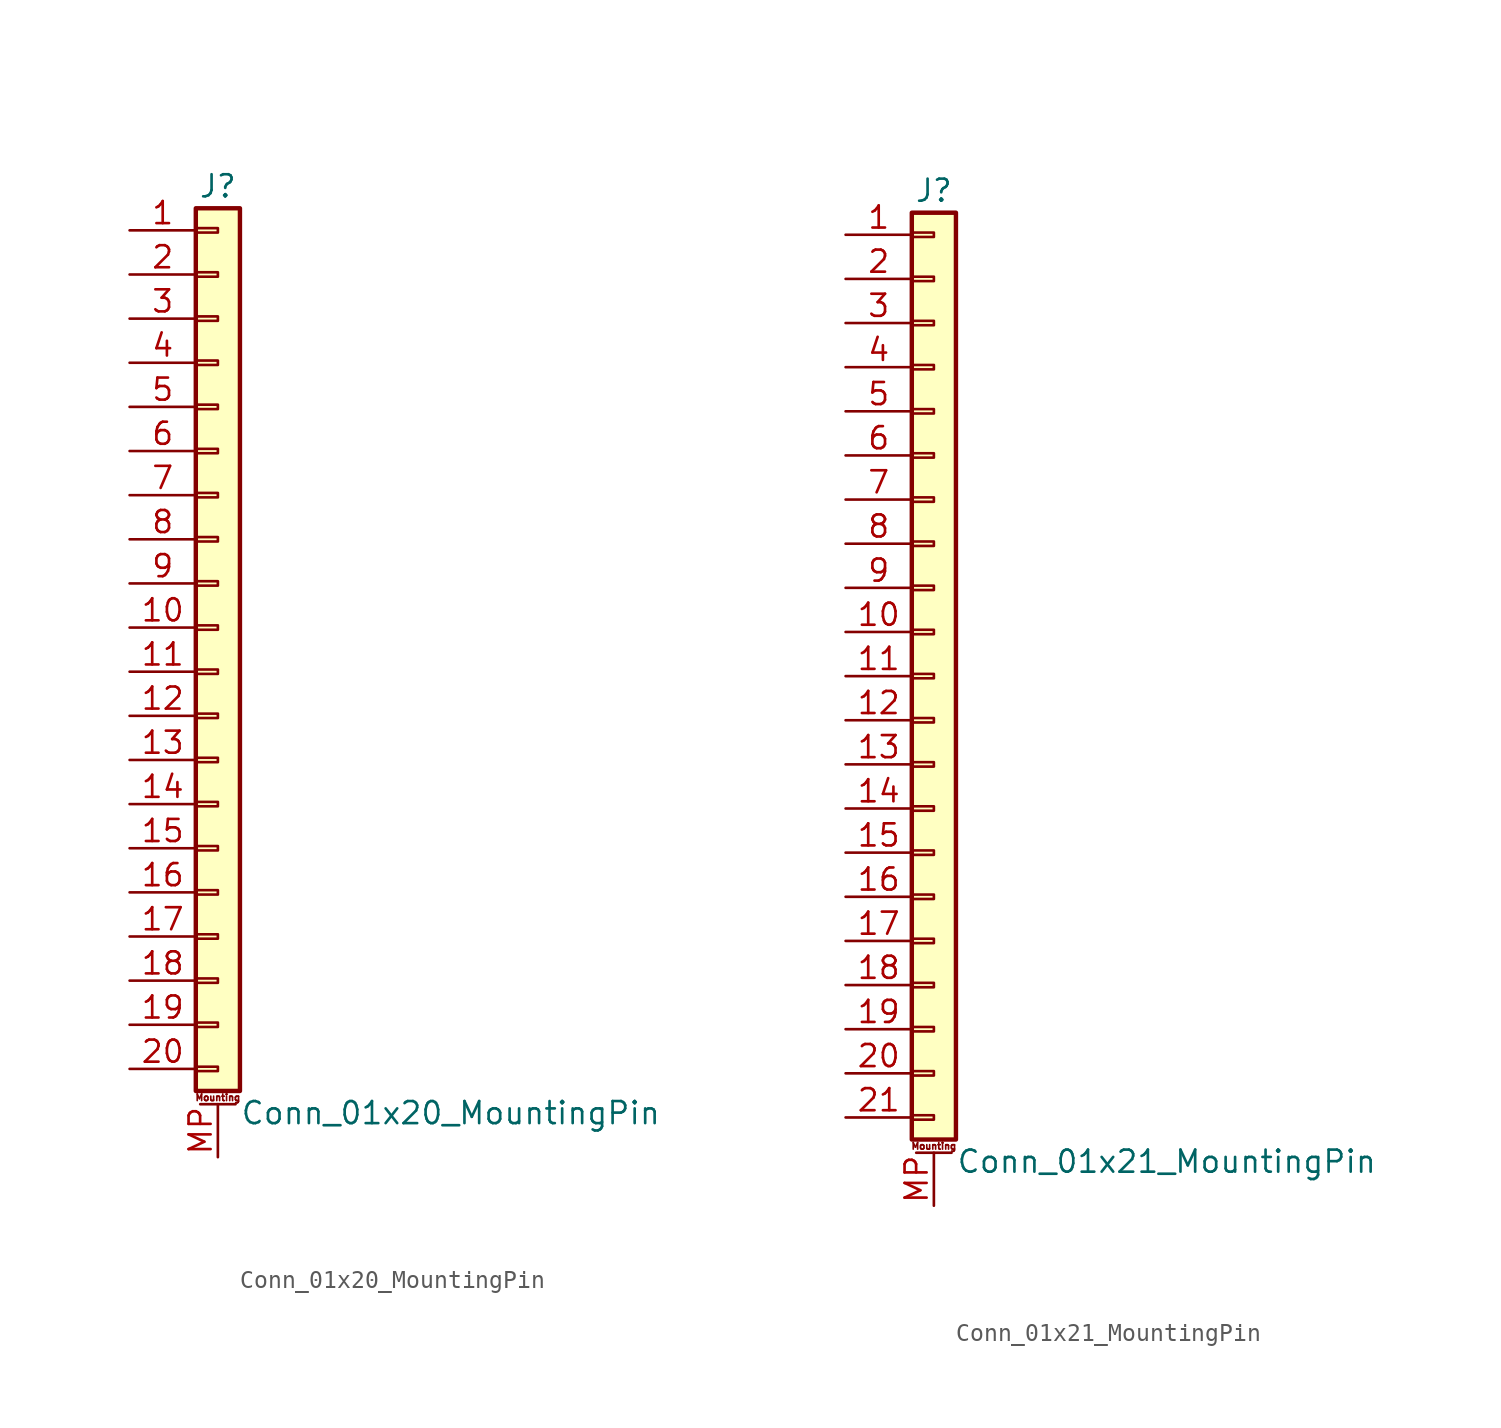
<source format=kicad_sym>
(kicad_symbol_lib
  (version 20211014)
  (generator kicad_symbol_editor)
  (symbol "Conn_01x20_MountingPin"
    (pin_names
      (offset 1.016) hide)
    (property "Reference" "J"
      (at 0 25.4 0)
      (effects (font (size 1.27 1.27))))
    (property "Value" "Conn_01x20_MountingPin"
      (at 1.27 -27.94 0)
      (effects (font (size 1.27 1.27)) (justify left)))
    (symbol "Conn_01x20_MountingPin_1_1"
      (rectangle (start -1.27 -25.273) (end 0 -25.527) (stroke (width 0.152) (type default) (color 0 0 0 0)) (fill (type none)))
      (rectangle (start -1.27 -22.733) (end 0 -22.987) (stroke (width 0.152) (type default) (color 0 0 0 0)) (fill (type none)))
      (rectangle (start -1.27 -20.193) (end 0 -20.447) (stroke (width 0.152) (type default) (color 0 0 0 0)) (fill (type none)))
      (rectangle (start -1.27 -17.653) (end 0 -17.907) (stroke (width 0.152) (type default) (color 0 0 0 0)) (fill (type none)))
      (rectangle (start -1.27 -15.113) (end 0 -15.367) (stroke (width 0.152) (type default) (color 0 0 0 0)) (fill (type none)))
      (rectangle (start -1.27 -12.573) (end 0 -12.827) (stroke (width 0.152) (type default) (color 0 0 0 0)) (fill (type none)))
      (rectangle (start -1.27 -10.033) (end 0 -10.287) (stroke (width 0.152) (type default) (color 0 0 0 0)) (fill (type none)))
      (rectangle (start -1.27 -7.493) (end 0 -7.747) (stroke (width 0.152) (type default) (color 0 0 0 0)) (fill (type none)))
      (rectangle (start -1.27 -4.953) (end 0 -5.207) (stroke (width 0.152) (type default) (color 0 0 0 0)) (fill (type none)))
      (rectangle (start -1.27 -2.413) (end 0 -2.667) (stroke (width 0.152) (type default) (color 0 0 0 0)) (fill (type none)))
      (rectangle (start -1.27 0.127) (end 0 -0.127) (stroke (width 0.152) (type default) (color 0 0 0 0)) (fill (type none)))
      (rectangle (start -1.27 2.667) (end 0 2.413) (stroke (width 0.152) (type default) (color 0 0 0 0)) (fill (type none)))
      (rectangle (start -1.27 5.207) (end 0 4.953) (stroke (width 0.152) (type default) (color 0 0 0 0)) (fill (type none)))
      (rectangle (start -1.27 7.747) (end 0 7.493) (stroke (width 0.152) (type default) (color 0 0 0 0)) (fill (type none)))
      (rectangle (start -1.27 10.287) (end 0 10.033) (stroke (width 0.152) (type default) (color 0 0 0 0)) (fill (type none)))
      (rectangle (start -1.27 12.827) (end 0 12.573) (stroke (width 0.152) (type default) (color 0 0 0 0)) (fill (type none)))
      (rectangle (start -1.27 15.367) (end 0 15.113) (stroke (width 0.152) (type default) (color 0 0 0 0)) (fill (type none)))
      (rectangle (start -1.27 17.907) (end 0 17.653) (stroke (width 0.152) (type default) (color 0 0 0 0)) (fill (type none)))
      (rectangle (start -1.27 20.447) (end 0 20.193) (stroke (width 0.152) (type default) (color 0 0 0 0)) (fill (type none)))
      (rectangle (start -1.27 22.987) (end 0 22.733) (stroke (width 0.152) (type default) (color 0 0 0 0)) (fill (type none)))
      (rectangle (start -1.27 24.13) (end 1.27 -26.67) (stroke (width 0.254) (type default) (color 0 0 0 0)) (fill (type background)))
      (polyline (pts (xy -1.016 -27.432) (xy 1.016 -27.432)) (stroke (width 0.152) (type default) (color 0 0 0 0)) (fill (type none)))
      (text "Mounting" (at 0 -27.051 0) (effects (font (size 0.381 0.381))))
      (pin passive line (at -5.08 22.86 0) (length 3.81) (name "Pin_1" (effects (font (size 1.27 1.27)))) (number "1" (effects (font (size 1.27 1.27)))))
      (pin passive line (at -5.08 0 0) (length 3.81) (name "Pin_10" (effects (font (size 1.27 1.27)))) (number "10" (effects (font (size 1.27 1.27)))))
      (pin passive line (at -5.08 -2.54 0) (length 3.81) (name "Pin_11" (effects (font (size 1.27 1.27)))) (number "11" (effects (font (size 1.27 1.27)))))
      (pin passive line (at -5.08 -5.08 0) (length 3.81) (name "Pin_12" (effects (font (size 1.27 1.27)))) (number "12" (effects (font (size 1.27 1.27)))))
      (pin passive line (at -5.08 -7.62 0) (length 3.81) (name "Pin_13" (effects (font (size 1.27 1.27)))) (number "13" (effects (font (size 1.27 1.27)))))
      (pin passive line (at -5.08 -10.16 0) (length 3.81) (name "Pin_14" (effects (font (size 1.27 1.27)))) (number "14" (effects (font (size 1.27 1.27)))))
      (pin passive line (at -5.08 -12.7 0) (length 3.81) (name "Pin_15" (effects (font (size 1.27 1.27)))) (number "15" (effects (font (size 1.27 1.27)))))
      (pin passive line (at -5.08 -15.24 0) (length 3.81) (name "Pin_16" (effects (font (size 1.27 1.27)))) (number "16" (effects (font (size 1.27 1.27)))))
      (pin passive line (at -5.08 -17.78 0) (length 3.81) (name "Pin_17" (effects (font (size 1.27 1.27)))) (number "17" (effects (font (size 1.27 1.27)))))
      (pin passive line (at -5.08 -20.32 0) (length 3.81) (name "Pin_18" (effects (font (size 1.27 1.27)))) (number "18" (effects (font (size 1.27 1.27)))))
      (pin passive line (at -5.08 -22.86 0) (length 3.81) (name "Pin_19" (effects (font (size 1.27 1.27)))) (number "19" (effects (font (size 1.27 1.27)))))
      (pin passive line (at -5.08 20.32 0) (length 3.81) (name "Pin_2" (effects (font (size 1.27 1.27)))) (number "2" (effects (font (size 1.27 1.27)))))
      (pin passive line (at -5.08 -25.4 0) (length 3.81) (name "Pin_20" (effects (font (size 1.27 1.27)))) (number "20" (effects (font (size 1.27 1.27)))))
      (pin passive line (at -5.08 17.78 0) (length 3.81) (name "Pin_3" (effects (font (size 1.27 1.27)))) (number "3" (effects (font (size 1.27 1.27)))))
      (pin passive line (at -5.08 15.24 0) (length 3.81) (name "Pin_4" (effects (font (size 1.27 1.27)))) (number "4" (effects (font (size 1.27 1.27)))))
      (pin passive line (at -5.08 12.7 0) (length 3.81) (name "Pin_5" (effects (font (size 1.27 1.27)))) (number "5" (effects (font (size 1.27 1.27)))))
      (pin passive line (at -5.08 10.16 0) (length 3.81) (name "Pin_6" (effects (font (size 1.27 1.27)))) (number "6" (effects (font (size 1.27 1.27)))))
      (pin passive line (at -5.08 7.62 0) (length 3.81) (name "Pin_7" (effects (font (size 1.27 1.27)))) (number "7" (effects (font (size 1.27 1.27)))))
      (pin passive line (at -5.08 5.08 0) (length 3.81) (name "Pin_8" (effects (font (size 1.27 1.27)))) (number "8" (effects (font (size 1.27 1.27)))))
      (pin passive line (at -5.08 2.54 0) (length 3.81) (name "Pin_9" (effects (font (size 1.27 1.27)))) (number "9" (effects (font (size 1.27 1.27)))))
      (pin passive line (at 0 -30.48 90) (length 3.048) (name "MountPin" (effects (font (size 1.27 1.27)))) (number "MP" (effects (font (size 1.27 1.27)))))))
  (symbol "Conn_01x21_MountingPin"
    (pin_names
      (offset 1.016) hide)
    (property "Reference" "J"
      (at 0 27.94 0)
      (effects (font (size 1.27 1.27))))
    (property "Value" "Conn_01x21_MountingPin"
      (at 1.27 -27.94 0)
      (effects (font (size 1.27 1.27)) (justify left)))
    (symbol "Conn_01x21_MountingPin_1_1"
      (rectangle (start -1.27 -25.273) (end 0 -25.527) (stroke (width 0.152) (type default) (color 0 0 0 0)) (fill (type none)))
      (rectangle (start -1.27 -22.733) (end 0 -22.987) (stroke (width 0.152) (type default) (color 0 0 0 0)) (fill (type none)))
      (rectangle (start -1.27 -20.193) (end 0 -20.447) (stroke (width 0.152) (type default) (color 0 0 0 0)) (fill (type none)))
      (rectangle (start -1.27 -17.653) (end 0 -17.907) (stroke (width 0.152) (type default) (color 0 0 0 0)) (fill (type none)))
      (rectangle (start -1.27 -15.113) (end 0 -15.367) (stroke (width 0.152) (type default) (color 0 0 0 0)) (fill (type none)))
      (rectangle (start -1.27 -12.573) (end 0 -12.827) (stroke (width 0.152) (type default) (color 0 0 0 0)) (fill (type none)))
      (rectangle (start -1.27 -10.033) (end 0 -10.287) (stroke (width 0.152) (type default) (color 0 0 0 0)) (fill (type none)))
      (rectangle (start -1.27 -7.493) (end 0 -7.747) (stroke (width 0.152) (type default) (color 0 0 0 0)) (fill (type none)))
      (rectangle (start -1.27 -4.953) (end 0 -5.207) (stroke (width 0.152) (type default) (color 0 0 0 0)) (fill (type none)))
      (rectangle (start -1.27 -2.413) (end 0 -2.667) (stroke (width 0.152) (type default) (color 0 0 0 0)) (fill (type none)))
      (rectangle (start -1.27 0.127) (end 0 -0.127) (stroke (width 0.152) (type default) (color 0 0 0 0)) (fill (type none)))
      (rectangle (start -1.27 2.667) (end 0 2.413) (stroke (width 0.152) (type default) (color 0 0 0 0)) (fill (type none)))
      (rectangle (start -1.27 5.207) (end 0 4.953) (stroke (width 0.152) (type default) (color 0 0 0 0)) (fill (type none)))
      (rectangle (start -1.27 7.747) (end 0 7.493) (stroke (width 0.152) (type default) (color 0 0 0 0)) (fill (type none)))
      (rectangle (start -1.27 10.287) (end 0 10.033) (stroke (width 0.152) (type default) (color 0 0 0 0)) (fill (type none)))
      (rectangle (start -1.27 12.827) (end 0 12.573) (stroke (width 0.152) (type default) (color 0 0 0 0)) (fill (type none)))
      (rectangle (start -1.27 15.367) (end 0 15.113) (stroke (width 0.152) (type default) (color 0 0 0 0)) (fill (type none)))
      (rectangle (start -1.27 17.907) (end 0 17.653) (stroke (width 0.152) (type default) (color 0 0 0 0)) (fill (type none)))
      (rectangle (start -1.27 20.447) (end 0 20.193) (stroke (width 0.152) (type default) (color 0 0 0 0)) (fill (type none)))
      (rectangle (start -1.27 22.987) (end 0 22.733) (stroke (width 0.152) (type default) (color 0 0 0 0)) (fill (type none)))
      (rectangle (start -1.27 25.527) (end 0 25.273) (stroke (width 0.152) (type default) (color 0 0 0 0)) (fill (type none)))
      (rectangle (start -1.27 26.67) (end 1.27 -26.67) (stroke (width 0.254) (type default) (color 0 0 0 0)) (fill (type background)))
      (polyline (pts (xy -1.016 -27.432) (xy 1.016 -27.432)) (stroke (width 0.152) (type default) (color 0 0 0 0)) (fill (type none)))
      (text "Mounting" (at 0 -27.051 0) (effects (font (size 0.381 0.381))))
      (pin passive line (at -5.08 25.4 0) (length 3.81) (name "Pin_1" (effects (font (size 1.27 1.27)))) (number "1" (effects (font (size 1.27 1.27)))))
      (pin passive line (at -5.08 2.54 0) (length 3.81) (name "Pin_10" (effects (font (size 1.27 1.27)))) (number "10" (effects (font (size 1.27 1.27)))))
      (pin passive line (at -5.08 0 0) (length 3.81) (name "Pin_11" (effects (font (size 1.27 1.27)))) (number "11" (effects (font (size 1.27 1.27)))))
      (pin passive line (at -5.08 -2.54 0) (length 3.81) (name "Pin_12" (effects (font (size 1.27 1.27)))) (number "12" (effects (font (size 1.27 1.27)))))
      (pin passive line (at -5.08 -5.08 0) (length 3.81) (name "Pin_13" (effects (font (size 1.27 1.27)))) (number "13" (effects (font (size 1.27 1.27)))))
      (pin passive line (at -5.08 -7.62 0) (length 3.81) (name "Pin_14" (effects (font (size 1.27 1.27)))) (number "14" (effects (font (size 1.27 1.27)))))
      (pin passive line (at -5.08 -10.16 0) (length 3.81) (name "Pin_15" (effects (font (size 1.27 1.27)))) (number "15" (effects (font (size 1.27 1.27)))))
      (pin passive line (at -5.08 -12.7 0) (length 3.81) (name "Pin_16" (effects (font (size 1.27 1.27)))) (number "16" (effects (font (size 1.27 1.27)))))
      (pin passive line (at -5.08 -15.24 0) (length 3.81) (name "Pin_17" (effects (font (size 1.27 1.27)))) (number "17" (effects (font (size 1.27 1.27)))))
      (pin passive line (at -5.08 -17.78 0) (length 3.81) (name "Pin_18" (effects (font (size 1.27 1.27)))) (number "18" (effects (font (size 1.27 1.27)))))
      (pin passive line (at -5.08 -20.32 0) (length 3.81) (name "Pin_19" (effects (font (size 1.27 1.27)))) (number "19" (effects (font (size 1.27 1.27)))))
      (pin passive line (at -5.08 22.86 0) (length 3.81) (name "Pin_2" (effects (font (size 1.27 1.27)))) (number "2" (effects (font (size 1.27 1.27)))))
      (pin passive line (at -5.08 -22.86 0) (length 3.81) (name "Pin_20" (effects (font (size 1.27 1.27)))) (number "20" (effects (font (size 1.27 1.27)))))
      (pin passive line (at -5.08 -25.4 0) (length 3.81) (name "Pin_21" (effects (font (size 1.27 1.27)))) (number "21" (effects (font (size 1.27 1.27)))))
      (pin passive line (at -5.08 20.32 0) (length 3.81) (name "Pin_3" (effects (font (size 1.27 1.27)))) (number "3" (effects (font (size 1.27 1.27)))))
      (pin passive line (at -5.08 17.78 0) (length 3.81) (name "Pin_4" (effects (font (size 1.27 1.27)))) (number "4" (effects (font (size 1.27 1.27)))))
      (pin passive line (at -5.08 15.24 0) (length 3.81) (name "Pin_5" (effects (font (size 1.27 1.27)))) (number "5" (effects (font (size 1.27 1.27)))))
      (pin passive line (at -5.08 12.7 0) (length 3.81) (name "Pin_6" (effects (font (size 1.27 1.27)))) (number "6" (effects (font (size 1.27 1.27)))))
      (pin passive line (at -5.08 10.16 0) (length 3.81) (name "Pin_7" (effects (font (size 1.27 1.27)))) (number "7" (effects (font (size 1.27 1.27)))))
      (pin passive line (at -5.08 7.62 0) (length 3.81) (name "Pin_8" (effects (font (size 1.27 1.27)))) (number "8" (effects (font (size 1.27 1.27)))))
      (pin passive line (at -5.08 5.08 0) (length 3.81) (name "Pin_9" (effects (font (size 1.27 1.27)))) (number "9" (effects (font (size 1.27 1.27)))))
      (pin passive line (at 0 -30.48 90) (length 3.048) (name "MountPin" (effects (font (size 1.27 1.27)))) (number "MP" (effects (font (size 1.27 1.27))))))))
</source>
